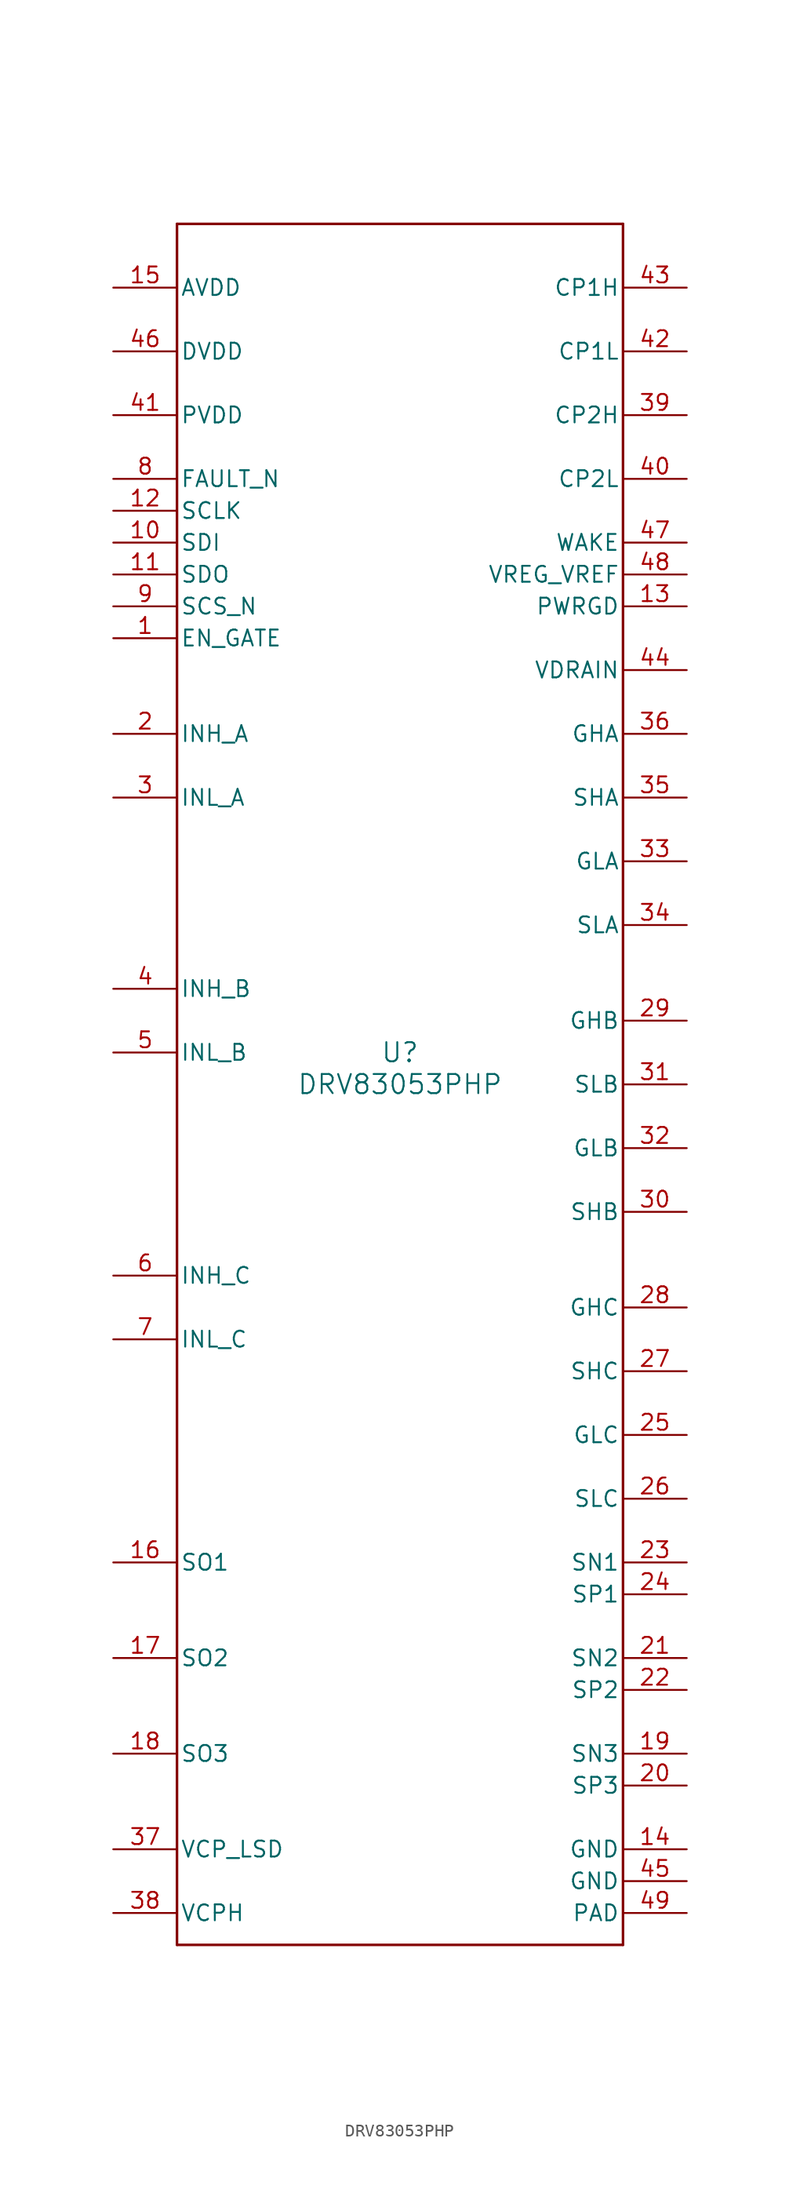
<source format=kicad_sym>
(kicad_symbol_lib
  (version 20211014)
  (generator kicad_symbol_editor)
  (symbol "DRV83053PHP"
    (pin_names
      (offset 0.254))
    (property "Reference" "U"
      (at 0 2.54 0)
      (effects (font (size 1.524 1.524))))
    (property "Value" "DRV83053PHP"
      (at 0 0 0)
      (effects (font (size 1.524 1.524))))
    (symbol "DRV83053PHP_0_1"
      (polyline (pts (xy -17.78 -68.58) (xy 17.78 -68.58)) (stroke (width 0.203) (type default) (color 0 0 0 0)) (fill (type none)))
      (polyline (pts (xy 17.78 -68.58) (xy 17.78 68.58)) (stroke (width 0.203) (type default) (color 0 0 0 0)) (fill (type none)))
      (polyline (pts (xy 17.78 68.58) (xy -17.78 68.58)) (stroke (width 0.203) (type default) (color 0 0 0 0)) (fill (type none)))
      (polyline (pts (xy -17.78 68.58) (xy -17.78 -68.58)) (stroke (width 0.203) (type default) (color 0 0 0 0)) (fill (type none)))
      (pin input line (at -22.86 35.56 0) (length 5.08) (name "EN_GATE" (effects (font (size 1.27 1.27)))) (number "1" (effects (font (size 1.27 1.27)))))
      (pin input line (at -22.86 27.94 0) (length 5.08) (name "INH_A" (effects (font (size 1.27 1.27)))) (number "2" (effects (font (size 1.27 1.27)))))
      (pin input line (at -22.86 22.86 0) (length 5.08) (name "INL_A" (effects (font (size 1.27 1.27)))) (number "3" (effects (font (size 1.27 1.27)))))
      (pin input line (at -22.86 7.62 0) (length 5.08) (name "INH_B" (effects (font (size 1.27 1.27)))) (number "4" (effects (font (size 1.27 1.27)))))
      (pin input line (at -22.86 2.54 0) (length 5.08) (name "INL_B" (effects (font (size 1.27 1.27)))) (number "5" (effects (font (size 1.27 1.27)))))
      (pin input line (at -22.86 -15.24 0) (length 5.08) (name "INH_C" (effects (font (size 1.27 1.27)))) (number "6" (effects (font (size 1.27 1.27)))))
      (pin input line (at -22.86 -20.32 0) (length 5.08) (name "INL_C" (effects (font (size 1.27 1.27)))) (number "7" (effects (font (size 1.27 1.27)))))
      (pin open_collector line (at -22.86 48.26 0) (length 5.08) (name "FAULT_N" (effects (font (size 1.27 1.27)))) (number "8" (effects (font (size 1.27 1.27)))))
      (pin input line (at -22.86 38.1 0) (length 5.08) (name "SCS_N" (effects (font (size 1.27 1.27)))) (number "9" (effects (font (size 1.27 1.27)))))
      (pin input line (at -22.86 43.18 0) (length 5.08) (name "SDI" (effects (font (size 1.27 1.27)))) (number "10" (effects (font (size 1.27 1.27)))))
      (pin output line (at -22.86 40.64 0) (length 5.08) (name "SDO" (effects (font (size 1.27 1.27)))) (number "11" (effects (font (size 1.27 1.27)))))
      (pin input line (at -22.86 45.72 0) (length 5.08) (name "SCLK" (effects (font (size 1.27 1.27)))) (number "12" (effects (font (size 1.27 1.27)))))
      (pin open_collector line (at 22.86 38.1 180) (length 5.08) (name "PWRGD" (effects (font (size 1.27 1.27)))) (number "13" (effects (font (size 1.27 1.27)))))
      (pin power_in line (at 22.86 -60.96 180) (length 5.08) (name "GND" (effects (font (size 1.27 1.27)))) (number "14" (effects (font (size 1.27 1.27)))))
      (pin power_in line (at -22.86 63.5 0) (length 5.08) (name "AVDD" (effects (font (size 1.27 1.27)))) (number "15" (effects (font (size 1.27 1.27)))))
      (pin output line (at -22.86 -38.1 0) (length 5.08) (name "SO1" (effects (font (size 1.27 1.27)))) (number "16" (effects (font (size 1.27 1.27)))))
      (pin output line (at -22.86 -45.72 0) (length 5.08) (name "SO2" (effects (font (size 1.27 1.27)))) (number "17" (effects (font (size 1.27 1.27)))))
      (pin output line (at -22.86 -53.34 0) (length 5.08) (name "SO3" (effects (font (size 1.27 1.27)))) (number "18" (effects (font (size 1.27 1.27)))))
      (pin input line (at 22.86 -53.34 180) (length 5.08) (name "SN3" (effects (font (size 1.27 1.27)))) (number "19" (effects (font (size 1.27 1.27)))))
      (pin input line (at 22.86 -55.88 180) (length 5.08) (name "SP3" (effects (font (size 1.27 1.27)))) (number "20" (effects (font (size 1.27 1.27)))))
      (pin input line (at 22.86 -45.72 180) (length 5.08) (name "SN2" (effects (font (size 1.27 1.27)))) (number "21" (effects (font (size 1.27 1.27)))))
      (pin input line (at 22.86 -48.26 180) (length 5.08) (name "SP2" (effects (font (size 1.27 1.27)))) (number "22" (effects (font (size 1.27 1.27)))))
      (pin input line (at 22.86 -38.1 180) (length 5.08) (name "SN1" (effects (font (size 1.27 1.27)))) (number "23" (effects (font (size 1.27 1.27)))))
      (pin input line (at 22.86 -40.64 180) (length 5.08) (name "SP1" (effects (font (size 1.27 1.27)))) (number "24" (effects (font (size 1.27 1.27)))))
      (pin output line (at 22.86 -27.94 180) (length 5.08) (name "GLC" (effects (font (size 1.27 1.27)))) (number "25" (effects (font (size 1.27 1.27)))))
      (pin input line (at 22.86 -33.02 180) (length 5.08) (name "SLC" (effects (font (size 1.27 1.27)))) (number "26" (effects (font (size 1.27 1.27)))))
      (pin input line (at 22.86 -22.86 180) (length 5.08) (name "SHC" (effects (font (size 1.27 1.27)))) (number "27" (effects (font (size 1.27 1.27)))))
      (pin output line (at 22.86 -17.78 180) (length 5.08) (name "GHC" (effects (font (size 1.27 1.27)))) (number "28" (effects (font (size 1.27 1.27)))))
      (pin output line (at 22.86 5.08 180) (length 5.08) (name "GHB" (effects (font (size 1.27 1.27)))) (number "29" (effects (font (size 1.27 1.27)))))
      (pin input line (at 22.86 -10.16 180) (length 5.08) (name "SHB" (effects (font (size 1.27 1.27)))) (number "30" (effects (font (size 1.27 1.27)))))
      (pin input line (at 22.86 0 180) (length 5.08) (name "SLB" (effects (font (size 1.27 1.27)))) (number "31" (effects (font (size 1.27 1.27)))))
      (pin output line (at 22.86 -5.08 180) (length 5.08) (name "GLB" (effects (font (size 1.27 1.27)))) (number "32" (effects (font (size 1.27 1.27)))))
      (pin output line (at 22.86 17.78 180) (length 5.08) (name "GLA" (effects (font (size 1.27 1.27)))) (number "33" (effects (font (size 1.27 1.27)))))
      (pin input line (at 22.86 12.7 180) (length 5.08) (name "SLA" (effects (font (size 1.27 1.27)))) (number "34" (effects (font (size 1.27 1.27)))))
      (pin input line (at 22.86 22.86 180) (length 5.08) (name "SHA" (effects (font (size 1.27 1.27)))) (number "35" (effects (font (size 1.27 1.27)))))
      (pin output line (at 22.86 27.94 180) (length 5.08) (name "GHA" (effects (font (size 1.27 1.27)))) (number "36" (effects (font (size 1.27 1.27)))))
      (pin unspecified line (at -22.86 -60.96 0) (length 5.08) (name "VCP_LSD" (effects (font (size 1.27 1.27)))) (number "37" (effects (font (size 1.27 1.27)))))
      (pin unspecified line (at -22.86 -66.04 0) (length 5.08) (name "VCPH" (effects (font (size 1.27 1.27)))) (number "38" (effects (font (size 1.27 1.27)))))
      (pin unspecified line (at 22.86 53.34 180) (length 5.08) (name "CP2H" (effects (font (size 1.27 1.27)))) (number "39" (effects (font (size 1.27 1.27)))))
      (pin unspecified line (at 22.86 48.26 180) (length 5.08) (name "CP2L" (effects (font (size 1.27 1.27)))) (number "40" (effects (font (size 1.27 1.27)))))
      (pin power_in line (at -22.86 53.34 0) (length 5.08) (name "PVDD" (effects (font (size 1.27 1.27)))) (number "41" (effects (font (size 1.27 1.27)))))
      (pin unspecified line (at 22.86 58.42 180) (length 5.08) (name "CP1L" (effects (font (size 1.27 1.27)))) (number "42" (effects (font (size 1.27 1.27)))))
      (pin unspecified line (at 22.86 63.5 180) (length 5.08) (name "CP1H" (effects (font (size 1.27 1.27)))) (number "43" (effects (font (size 1.27 1.27)))))
      (pin power_in line (at 22.86 33.02 180) (length 5.08) (name "VDRAIN" (effects (font (size 1.27 1.27)))) (number "44" (effects (font (size 1.27 1.27)))))
      (pin power_in line (at 22.86 -63.5 180) (length 5.08) (name "GND" (effects (font (size 1.27 1.27)))) (number "45" (effects (font (size 1.27 1.27)))))
      (pin power_in line (at -22.86 58.42 0) (length 5.08) (name "DVDD" (effects (font (size 1.27 1.27)))) (number "46" (effects (font (size 1.27 1.27)))))
      (pin input line (at 22.86 43.18 180) (length 5.08) (name "WAKE" (effects (font (size 1.27 1.27)))) (number "47" (effects (font (size 1.27 1.27)))))
      (pin power_in line (at 22.86 40.64 180) (length 5.08) (name "VREG_VREF" (effects (font (size 1.27 1.27)))) (number "48" (effects (font (size 1.27 1.27)))))
      (pin power_in line (at 22.86 -66.04 180) (length 5.08) (name "PAD" (effects (font (size 1.27 1.27)))) (number "49" (effects (font (size 1.27 1.27))))))))
</source>
